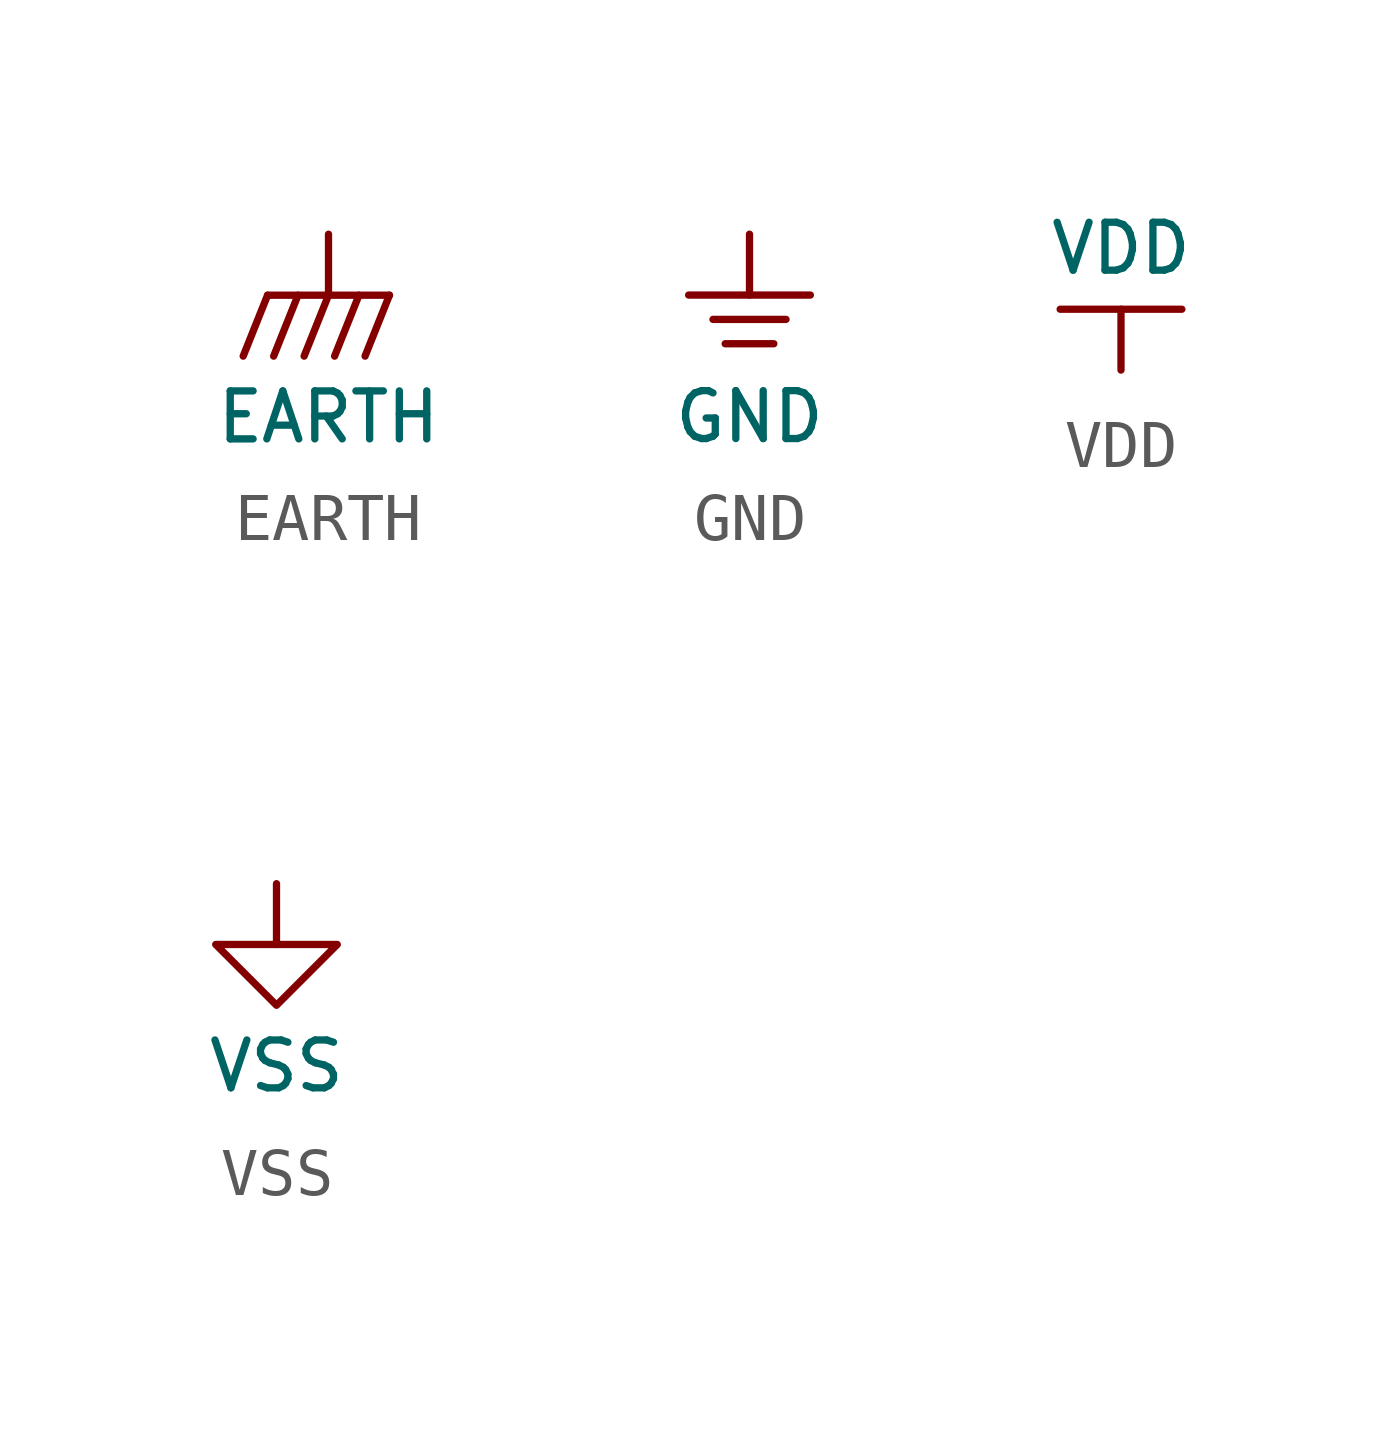
<source format=kicad_sym>
(kicad_symbol_lib
  (version 20231120)
  (generator "kicad_symbol_editor")
  (generator_version "8.0")
  (symbol "EARTH"
    (power)
    (pin_numbers hide)
    (pin_names
      (offset 0) hide)
    (property "Reference" "#PWR"
      (at 0 -4.445 0)
      (do_not_autoplace)
      (effects (font (size 1 1)) (hide yes)))
    (property "Value" "EARTH"
      (at 0 -2.54 0)
      (effects (font (size 1 1))))
    (property "Footprint" ""
      (at 0 0 0)
      (effects (font (size 1.524 1.524))))
    (property "Datasheet" ""
      (at 0 0 0)
      (effects (font (size 1.524 1.524))))
    (symbol "EARTH_0_1"
      (polyline (pts (xy -1.27 0) (xy -1.778 -1.27)) (stroke (width 0) (type default)) (fill (type none)))
      (polyline (pts (xy -1.27 0) (xy 1.27 0)) (stroke (width 0) (type default)) (fill (type none)))
      (polyline (pts (xy -0.635 0) (xy -1.143 -1.27)) (stroke (width 0) (type default)) (fill (type none)))
      (polyline (pts (xy 0 0) (xy -0.508 -1.27)) (stroke (width 0) (type default)) (fill (type none)))
      (polyline (pts (xy 0.635 0) (xy 0.127 -1.27)) (stroke (width 0) (type default)) (fill (type none)))
      (polyline (pts (xy 1.27 0) (xy 0.762 -1.27)) (stroke (width 0) (type default)) (fill (type none))))
    (symbol "EARTH_1_1"
      (pin power_in line (at 0 1.27 270) (length 1.27) (name "EARTH" (effects (font (size 1.27 1.27)))) (number "1" (effects (font (size 1.27 1.27)))))))
  (symbol "GND"
    (power)
    (pin_numbers hide)
    (pin_names
      (offset 0) hide)
    (property "Reference" "#PWR"
      (at 0 -4.445 0)
      (do_not_autoplace)
      (effects (font (size 1 1)) (hide yes)))
    (property "Value" "GND"
      (at 0 -2.54 0)
      (effects (font (size 1 1))))
    (property "Footprint" ""
      (at 0 0 0)
      (effects (font (size 1.524 1.524))))
    (property "Datasheet" ""
      (at 0 0 0)
      (effects (font (size 1.524 1.524))))
    (symbol "GND_0_1"
      (polyline (pts (xy -1.27 0) (xy 1.27 0)) (stroke (width 0) (type default)) (fill (type none)))
      (polyline (pts (xy -0.762 -0.508) (xy 0.762 -0.508)) (stroke (width 0) (type default)) (fill (type none)))
      (polyline (pts (xy -0.508 -1.016) (xy 0.508 -1.016)) (stroke (width 0) (type default)) (fill (type none))))
    (symbol "GND_1_1"
      (pin power_in line (at 0 1.27 270) (length 1.27) (name "GND" (effects (font (size 1.27 1.27)))) (number "1" (effects (font (size 1.27 1.27)))))))
  (symbol "VDD"
    (power)
    (pin_numbers hide)
    (pin_names
      (offset 0) hide)
    (property "Reference" "#PWR"
      (at 0 3.175 0)
      (do_not_autoplace)
      (effects (font (size 1 1)) (hide yes)))
    (property "Value" "VDD"
      (at 0 1.27 0)
      (effects (font (size 1 1))))
    (property "Footprint" ""
      (at 0 0 0)
      (effects (font (size 1.524 1.524))))
    (property "Datasheet" ""
      (at 0 0 0)
      (effects (font (size 1.524 1.524))))
    (symbol "VDD_0_1"
      (polyline (pts (xy -1.27 0) (xy 1.27 0)) (stroke (width 0) (type default)) (fill (type none))))
    (symbol "VDD_1_1"
      (pin power_in line (at 0 -1.27 90) (length 1.27) (name "VDD" (effects (font (size 1.27 1.27)))) (number "1" (effects (font (size 1.27 1.27)))))))
  (symbol "VSS"
    (power)
    (pin_numbers hide)
    (pin_names
      (offset 0) hide)
    (property "Reference" "#PWR"
      (at 0 -4.445 0)
      (do_not_autoplace)
      (effects (font (size 1 1)) (hide yes)))
    (property "Value" "VSS"
      (at 0 -2.54 0)
      (effects (font (size 1 1))))
    (property "Footprint" ""
      (at 0 0 0)
      (effects (font (size 1.524 1.524))))
    (property "Datasheet" ""
      (at 0 2.54 0)
      (effects (font (size 1.524 1.524))))
    (symbol "VSS_0_1"
      (polyline (pts (xy -1.27 0) (xy 1.27 0) (xy 0 -1.27) (xy -1.27 0)) (stroke (width 0) (type default)) (fill (type none))))
    (symbol "VSS_1_1"
      (pin power_in line (at 0 1.27 270) (length 1.27) (name "VSS" (effects (font (size 1.27 1.27)))) (number "1" (effects (font (size 1.27 1.27))))))))
</source>
